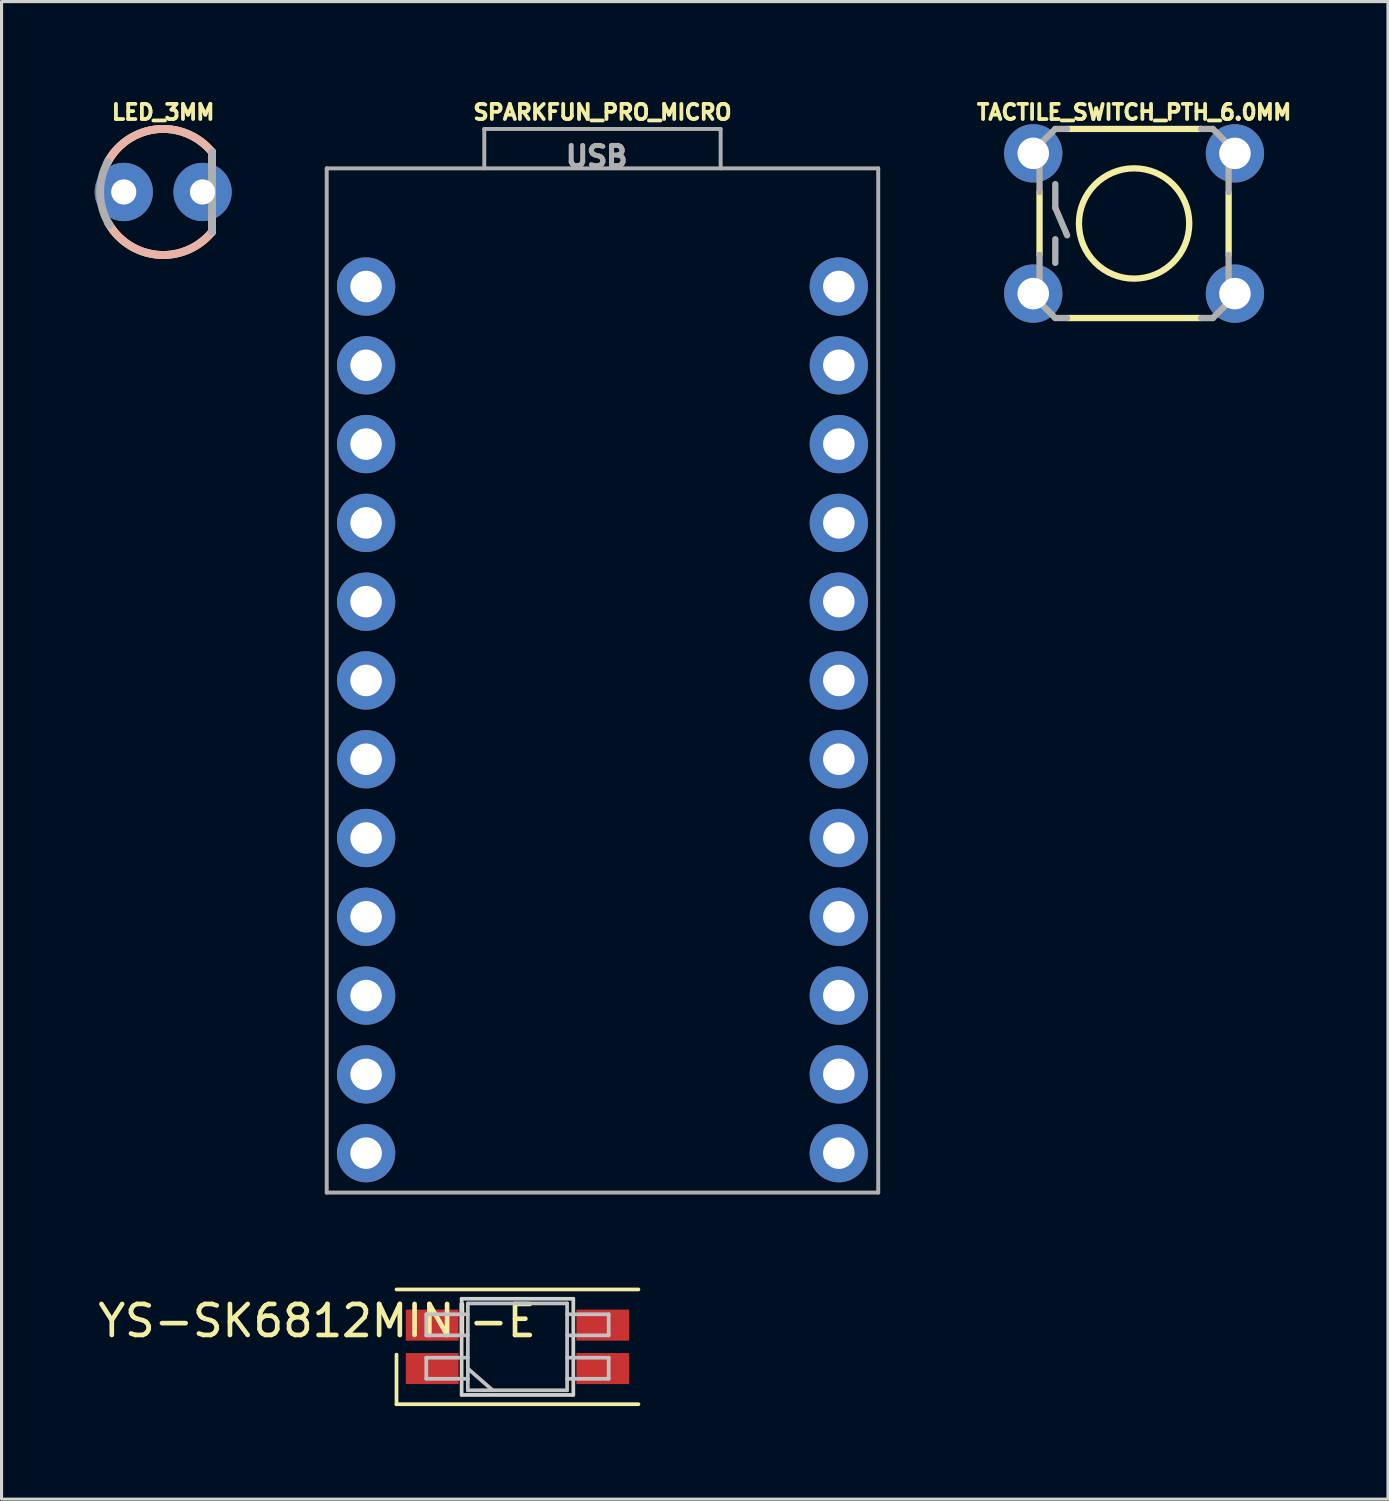
<source format=kicad_pcb>
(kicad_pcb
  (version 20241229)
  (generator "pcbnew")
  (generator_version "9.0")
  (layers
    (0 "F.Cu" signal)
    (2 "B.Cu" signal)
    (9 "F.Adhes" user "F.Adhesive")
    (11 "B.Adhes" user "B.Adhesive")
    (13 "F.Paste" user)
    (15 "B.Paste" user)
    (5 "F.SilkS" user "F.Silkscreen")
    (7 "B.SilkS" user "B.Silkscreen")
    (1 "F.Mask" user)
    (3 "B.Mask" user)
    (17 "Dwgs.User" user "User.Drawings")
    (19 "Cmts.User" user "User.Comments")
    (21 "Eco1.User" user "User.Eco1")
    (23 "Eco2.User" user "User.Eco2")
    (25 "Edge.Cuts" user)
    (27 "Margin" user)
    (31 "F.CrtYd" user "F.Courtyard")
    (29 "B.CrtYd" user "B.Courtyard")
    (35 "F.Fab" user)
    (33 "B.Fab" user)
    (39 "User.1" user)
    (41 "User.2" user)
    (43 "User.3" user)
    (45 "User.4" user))
  (footprint "SPARKFUN_PRO_MICRO"
    (layer "F.Cu")
    (at 16.373 18.887)
    (property "Reference" "SPARKFUN_PRO_MICRO" (at 0 -18.034 0) (layer "F.SilkS") (effects (font (size 0.488 0.488) (thickness 0.122)) (justify bottom)))
    (fp_line (start -8.89 -16.51) (end -8.89 16.51) (stroke (width 0.127) (type solid)) (layer "F.Fab"))
    (fp_line (start -8.89 16.51) (end 8.89 16.51) (stroke (width 0.127) (type solid)) (layer "F.Fab"))
    (fp_line (start -3.81 -17.78) (end 3.81 -17.78) (stroke (width 0.127) (type solid)) (layer "F.Fab"))
    (fp_line (start -3.81 -16.51) (end -3.81 -17.78) (stroke (width 0.127) (type solid)) (layer "F.Fab"))
    (fp_line (start 3.81 -17.78) (end 3.81 -16.51) (stroke (width 0.127) (type solid)) (layer "F.Fab"))
    (fp_line (start 8.89 -16.51) (end -8.89 -16.51) (stroke (width 0.127) (type solid)) (layer "F.Fab"))
    (fp_line (start 8.89 16.51) (end 8.89 -16.51) (stroke (width 0.127) (type solid)) (layer "F.Fab"))
    (fp_text user "USB" (at -1.27 -16.51 0) (layer "F.Fab") (effects (font (size 0.65 0.65) (thickness 0.163)) (justify left bottom)))
    (pad "1" thru_hole circle (at -7.62 -12.7) (size 1.88 1.88) (drill 1.016) (layers "*.Cu" "*.Mask"))
    (pad "2" thru_hole circle (at -7.62 -10.16) (size 1.88 1.88) (drill 1.016) (layers "*.Cu" "*.Mask"))
    (pad "3" thru_hole circle (at -7.62 -7.62) (size 1.88 1.88) (drill 1.016) (layers "*.Cu" "*.Mask"))
    (pad "4" thru_hole circle (at -7.62 -5.08) (size 1.88 1.88) (drill 1.016) (layers "*.Cu" "*.Mask"))
    (pad "5" thru_hole circle (at -7.62 -2.54) (size 1.88 1.88) (drill 1.016) (layers "*.Cu" "*.Mask"))
    (pad "6" thru_hole circle (at -7.62 0) (size 1.88 1.88) (drill 1.016) (layers "*.Cu" "*.Mask"))
    (pad "7" thru_hole circle (at -7.62 2.54) (size 1.88 1.88) (drill 1.016) (layers "*.Cu" "*.Mask"))
    (pad "8" thru_hole circle (at -7.62 5.08) (size 1.88 1.88) (drill 1.016) (layers "*.Cu" "*.Mask"))
    (pad "9" thru_hole circle (at -7.62 7.62) (size 1.88 1.88) (drill 1.016) (layers "*.Cu" "*.Mask"))
    (pad "10" thru_hole circle (at -7.62 10.16) (size 1.88 1.88) (drill 1.016) (layers "*.Cu" "*.Mask"))
    (pad "11" thru_hole circle (at -7.62 12.7) (size 1.88 1.88) (drill 1.016) (layers "*.Cu" "*.Mask"))
    (pad "12" thru_hole circle (at -7.62 15.24) (size 1.88 1.88) (drill 1.016) (layers "*.Cu" "*.Mask"))
    (pad "13" thru_hole circle (at 7.62 15.24) (size 1.88 1.88) (drill 1.016) (layers "*.Cu" "*.Mask"))
    (pad "14" thru_hole circle (at 7.62 12.7) (size 1.88 1.88) (drill 1.016) (layers "*.Cu" "*.Mask"))
    (pad "15" thru_hole circle (at 7.62 10.16) (size 1.88 1.88) (drill 1.016) (layers "*.Cu" "*.Mask"))
    (pad "16" thru_hole circle (at 7.62 7.62) (size 1.88 1.88) (drill 1.016) (layers "*.Cu" "*.Mask"))
    (pad "17" thru_hole circle (at 7.62 5.08) (size 1.88 1.88) (drill 1.016) (layers "*.Cu" "*.Mask"))
    (pad "18" thru_hole circle (at 7.62 2.54) (size 1.88 1.88) (drill 1.016) (layers "*.Cu" "*.Mask"))
    (pad "19" thru_hole circle (at 7.62 0) (size 1.88 1.88) (drill 1.016) (layers "*.Cu" "*.Mask"))
    (pad "20" thru_hole circle (at 7.62 -2.54) (size 1.88 1.88) (drill 1.016) (layers "*.Cu" "*.Mask"))
    (pad "21" thru_hole circle (at 7.62 -5.08) (size 1.88 1.88) (drill 1.016) (layers "*.Cu" "*.Mask"))
    (pad "22" thru_hole circle (at 7.62 -7.62) (size 1.88 1.88) (drill 1.016) (layers "*.Cu" "*.Mask"))
    (pad "23" thru_hole circle (at 7.62 -10.16) (size 1.88 1.88) (drill 1.016) (layers "*.Cu" "*.Mask"))
    (pad "24" thru_hole circle (at 7.62 -12.7) (size 1.88 1.88) (drill 1.016) (layers "*.Cu" "*.Mask")))
  (footprint "YS-SK6812MINI-E"
    (layer "F.Cu")
    (at 13.633 40.371)
    (property "Reference" "YS-SK6812MINI-E" (at -6.46 -0.838 0) (layer "F.SilkS") (effects (font (size 1 1) (thickness 0.15))))
    (attr through_hole)
    (fp_line (start -3.9 0.25) (end -3.9 1.85) (stroke (width 0.12) (type solid)) (layer "F.SilkS"))
    (fp_line (start -3.9 1.85) (end 3.9 1.85) (stroke (width 0.12) (type solid)) (layer "F.SilkS"))
    (fp_line (start 3.9 -1.85) (end -3.9 -1.85) (stroke (width 0.12) (type solid)) (layer "F.SilkS"))
    (fp_line (start -2.94 -1.05) (end -2.94 -0.37) (stroke (width 0.12) (type solid)) (layer "Dwgs.User"))
    (fp_line (start -2.94 -0.37) (end -1.6 -0.37) (stroke (width 0.12) (type solid)) (layer "Dwgs.User"))
    (fp_line (start -2.94 0.35) (end -2.94 1.03) (stroke (width 0.12) (type solid)) (layer "Dwgs.User"))
    (fp_line (start -2.94 1.03) (end -1.6 1.03) (stroke (width 0.12) (type solid)) (layer "Dwgs.User"))
    (fp_line (start -1.6 -1.4) (end -1.6 1.4) (stroke (width 0.12) (type solid)) (layer "Dwgs.User"))
    (fp_line (start -1.6 -1.4) (end 1.6 -1.4) (stroke (width 0.12) (type solid)) (layer "Dwgs.User"))
    (fp_line (start -1.6 -1.05) (end -2.94 -1.05) (stroke (width 0.12) (type solid)) (layer "Dwgs.User"))
    (fp_line (start -1.6 0.35) (end -2.94 0.35) (stroke (width 0.12) (type solid)) (layer "Dwgs.User"))
    (fp_line (start -1.6 0.7) (end -0.8 1.4) (stroke (width 0.12) (type solid)) (layer "Dwgs.User"))
    (fp_line (start -1.6 1.4) (end 1.6 1.4) (stroke (width 0.12) (type solid)) (layer "Dwgs.User"))
    (fp_line (start 1.6 -1.4) (end 1.6 1.4) (stroke (width 0.12) (type solid)) (layer "Dwgs.User"))
    (fp_line (start 1.6 -0.37) (end 2.94 -0.37) (stroke (width 0.12) (type solid)) (layer "Dwgs.User"))
    (fp_line (start 1.6 1.03) (end 2.94 1.03) (stroke (width 0.12) (type solid)) (layer "Dwgs.User"))
    (fp_line (start 2.94 -1.05) (end 1.6 -1.05) (stroke (width 0.12) (type solid)) (layer "Dwgs.User"))
    (fp_line (start 2.94 -0.37) (end 2.94 -1.05) (stroke (width 0.12) (type solid)) (layer "Dwgs.User"))
    (fp_line (start 2.94 0.35) (end 1.6 0.35) (stroke (width 0.12) (type solid)) (layer "Dwgs.User"))
    (fp_line (start 2.94 1.03) (end 2.94 0.35) (stroke (width 0.12) (type solid)) (layer "Dwgs.User"))
    (fp_line (start -1.8 -1.55) (end -1.8 1.55) (stroke (width 0.12) (type solid)) (layer "Edge.Cuts"))
    (fp_line (start -1.8 1.55) (end 1.8 1.55) (stroke (width 0.12) (type solid)) (layer "Edge.Cuts"))
    (fp_line (start 1.8 -1.55) (end -1.8 -1.55) (stroke (width 0.12) (type solid)) (layer "Edge.Cuts"))
    (fp_line (start 1.8 1.55) (end 1.8 -1.55) (stroke (width 0.12) (type solid)) (layer "Edge.Cuts"))
    (pad "1" smd rect (at 2.75 -0.7) (size 1.7 1) (layers "F.Cu" "F.Mask" "F.Paste"))
    (pad "2" smd rect (at 2.75 0.7) (size 1.7 1) (layers "F.Cu" "F.Mask" "F.Paste"))
    (pad "3" smd rect (at -2.75 0.7) (size 1.7 1) (layers "F.Cu" "F.Mask" "F.Paste"))
    (pad "4" smd rect (at -2.75 -0.7) (size 1.7 1) (layers "F.Cu" "F.Mask" "F.Paste")))
  (footprint "LED_3MM"
    (layer "F.Cu")
    (at 2.21 3.139)
    (property "Reference" "LED_3MM" (at 0 -2.286 0) (layer "F.SilkS") (effects (font (size 0.488 0.488) (thickness 0.122)) (justify bottom)))
    (fp_line (start 1.575 -1.295) (end 1.575 -0.787) (stroke (width 0.254) (type solid)) (layer "F.SilkS"))
    (fp_line (start 1.575 1.295) (end 1.575 0.838) (stroke (width 0.254) (type solid)) (layer "F.SilkS"))
    (fp_arc (start -1.7929 -0.9562) (mid -1.045438 -1.7424) (end 0 -2.032) (stroke (width 0.254) (type solid)) (layer "F.SilkS"))
    (fp_arc (start 0 -2.032) (mid 0.861864 -1.840173) (end 1.561 -1.3009) (stroke (width 0.254) (type solid)) (layer "F.SilkS"))
    (fp_arc (start 0 2.032) (mid -1.019924 1.757525) (end -1.7643 1.0082) (stroke (width 0.254) (type solid)) (layer "F.SilkS"))
    (fp_arc (start 1.5512 1.3126) (mid 0.854953 1.843405) (end 0 2.032) (stroke (width 0.254) (type solid)) (layer "F.SilkS"))
    (fp_line (start 1.575 -1.295) (end 1.575 -0.787) (stroke (width 0.254) (type solid)) (layer "B.SilkS"))
    (fp_line (start 1.575 1.295) (end 1.575 0.838) (stroke (width 0.254) (type solid)) (layer "B.SilkS"))
    (fp_arc (start -1.7929 -0.9562) (mid -1.045438 -1.7424) (end 0 -2.032) (stroke (width 0.254) (type solid)) (layer "B.SilkS"))
    (fp_arc (start 0 -2.032) (mid 0.861864 -1.840173) (end 1.561 -1.3009) (stroke (width 0.254) (type solid)) (layer "B.SilkS"))
    (fp_arc (start 0 2.032) (mid -1.019924 1.757525) (end -1.7643 1.0082) (stroke (width 0.254) (type solid)) (layer "B.SilkS"))
    (fp_arc (start 1.5512 1.3126) (mid 0.854953 1.843405) (end 0 2.032) (stroke (width 0.254) (type solid)) (layer "B.SilkS"))
    (fp_line (start 1.575 1.27) (end 1.575 -1.27) (stroke (width 0.254) (type solid)) (layer "F.Fab"))
    (fp_arc (start -2.032 0) (mid -1.970339 -0.496775) (end -1.7891 -0.9634) (stroke (width 0.254) (type solid)) (layer "F.Fab"))
    (fp_arc (start -1.7306 1.065) (mid -1.95521 0.553417) (end -2.032 0) (stroke (width 0.254) (type solid)) (layer "F.Fab"))
    (pad "A" thru_hole circle (at -1.27 0) (size 1.88 1.88) (drill 0.813) (layers "*.Cu" "*.Mask"))
    (pad "K" thru_hole circle (at 1.27 0) (size 1.88 1.88) (drill 0.813) (layers "*.Cu" "*.Mask")))
  (footprint "TACTILE_SWITCH_PTH_6.0MM"
    (layer "F.Cu")
    (at 33.512 4.155)
    (property "Reference" "TACTILE_SWITCH_PTH_6.0MM" (at 0 -3.302 0) (layer "F.SilkS") (effects (font (size 0.488 0.488) (thickness 0.122)) (justify bottom)))
    (fp_line (start -3.048 -1.028) (end -3.048 1.016) (stroke (width 0.203) (type solid)) (layer "F.SilkS"))
    (fp_line (start -2.159 3.048) (end 2.159 3.048) (stroke (width 0.203) (type solid)) (layer "F.SilkS"))
    (fp_line (start 2.159 -3.048) (end -2.159 -3.048) (stroke (width 0.203) (type solid)) (layer "F.SilkS"))
    (fp_line (start 3.048 -0.998) (end 3.048 1.016) (stroke (width 0.203) (type solid)) (layer "F.SilkS"))
    (fp_circle (center 0 0) (end 1.778 0) (stroke (width 0.203) (type solid)) (fill no) (layer "F.SilkS"))
    (fp_line (start -3.048 -2.54) (end -3.048 -1.016) (stroke (width 0.203) (type solid)) (layer "F.Fab"))
    (fp_line (start -3.048 2.54) (end -3.048 1.016) (stroke (width 0.203) (type solid)) (layer "F.Fab"))
    (fp_line (start -2.54 -3.048) (end -3.048 -2.54) (stroke (width 0.203) (type solid)) (layer "F.Fab"))
    (fp_line (start -2.54 -3.048) (end -2.159 -3.048) (stroke (width 0.203) (type solid)) (layer "F.Fab"))
    (fp_line (start -2.54 -1.27) (end -2.54 -0.508) (stroke (width 0.203) (type solid)) (layer "F.Fab"))
    (fp_line (start -2.54 -0.508) (end -2.159 0.381) (stroke (width 0.203) (type solid)) (layer "F.Fab"))
    (fp_line (start -2.54 0.508) (end -2.54 1.27) (stroke (width 0.203) (type solid)) (layer "F.Fab"))
    (fp_line (start -2.54 3.048) (end -3.048 2.54) (stroke (width 0.203) (type solid)) (layer "F.Fab"))
    (fp_line (start -2.54 3.048) (end -2.159 3.048) (stroke (width 0.203) (type solid)) (layer "F.Fab"))
    (fp_line (start 2.54 -3.048) (end 2.159 -3.048) (stroke (width 0.203) (type solid)) (layer "F.Fab"))
    (fp_line (start 2.54 3.048) (end 2.159 3.048) (stroke (width 0.203) (type solid)) (layer "F.Fab"))
    (fp_line (start 2.54 3.048) (end 3.048 2.54) (stroke (width 0.203) (type solid)) (layer "F.Fab"))
    (fp_line (start 3.048 -2.54) (end 2.54 -3.048) (stroke (width 0.203) (type solid)) (layer "F.Fab"))
    (fp_line (start 3.048 -1.016) (end 3.048 -2.54) (stroke (width 0.203) (type solid)) (layer "F.Fab"))
    (fp_line (start 3.048 2.54) (end 3.048 1.016) (stroke (width 0.203) (type solid)) (layer "F.Fab"))
    (pad "1" thru_hole circle (at -3.251 -2.261) (size 1.88 1.88) (drill 1.016) (layers "*.Cu" "*.Mask"))
    (pad "2" thru_hole circle (at 3.251 -2.261) (size 1.88 1.88) (drill 1.016) (layers "*.Cu" "*.Mask"))
    (pad "3" thru_hole circle (at -3.251 2.261) (size 1.88 1.88) (drill 1.016) (layers "*.Cu" "*.Mask"))
    (pad "4" thru_hole circle (at 3.251 2.261) (size 1.88 1.88) (drill 1.016) (layers "*.Cu" "*.Mask")))
  (gr_rect
    (start -3 -3)
    (end 41.697 45.281)
    (stroke (width 0.1) (type default))
    (fill no)
    (layer "Edge.Cuts")))
</source>
